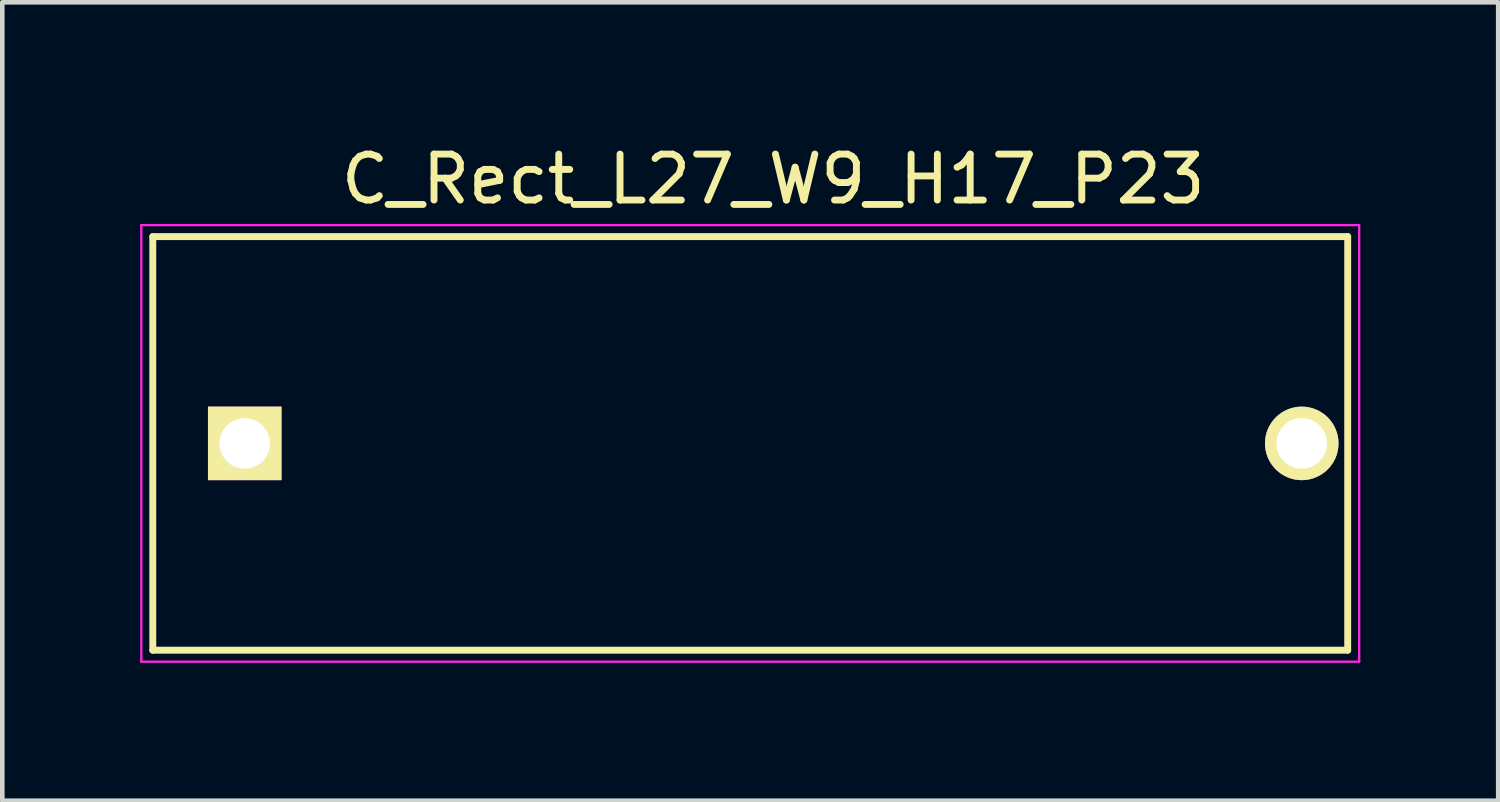
<source format=kicad_pcb>
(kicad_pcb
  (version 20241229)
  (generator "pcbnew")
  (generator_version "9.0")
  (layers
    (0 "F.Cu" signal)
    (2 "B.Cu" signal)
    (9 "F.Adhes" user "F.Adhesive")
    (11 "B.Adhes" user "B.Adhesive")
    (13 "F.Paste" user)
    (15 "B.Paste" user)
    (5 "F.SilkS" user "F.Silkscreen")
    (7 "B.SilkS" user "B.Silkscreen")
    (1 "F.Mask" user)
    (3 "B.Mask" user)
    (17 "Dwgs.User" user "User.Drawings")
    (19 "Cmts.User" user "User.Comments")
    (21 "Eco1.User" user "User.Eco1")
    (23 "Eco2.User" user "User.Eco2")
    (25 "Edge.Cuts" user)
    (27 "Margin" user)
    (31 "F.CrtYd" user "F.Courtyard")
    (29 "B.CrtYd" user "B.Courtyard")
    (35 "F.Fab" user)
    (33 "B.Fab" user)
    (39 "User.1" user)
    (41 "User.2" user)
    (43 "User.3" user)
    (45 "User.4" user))
  (footprint "C_Rect_L27_W9_H17_P23"
    (layer "F.Cu")
    (at 2.275 6.598)
    (property "Reference" "C_Rect_L27_W9_H17_P23" (at 11.5 -5.75 0) (layer "F.SilkS") (effects (font (size 1 1) (thickness 0.15))))
    (attr through_hole)
    (fp_line (start -2 -4.5) (end 24 -4.5) (stroke (width 0.15) (type solid)) (layer "F.SilkS"))
    (fp_line (start -2 4.5) (end -2 -4.5) (stroke (width 0.15) (type solid)) (layer "F.SilkS"))
    (fp_line (start 24 -4.5) (end 24 4.5) (stroke (width 0.15) (type solid)) (layer "F.SilkS"))
    (fp_line (start 24 4.5) (end -2 4.5) (stroke (width 0.15) (type solid)) (layer "F.SilkS"))
    (fp_line (start -2.25 -4.75) (end 24.25 -4.75) (stroke (width 0.05) (type solid)) (layer "F.CrtYd"))
    (fp_line (start -2.25 4.75) (end -2.25 -4.75) (stroke (width 0.05) (type solid)) (layer "F.CrtYd"))
    (fp_line (start 24.25 -4.75) (end 24.25 4.75) (stroke (width 0.05) (type solid)) (layer "F.CrtYd"))
    (fp_line (start 24.25 4.75) (end -2.25 4.75) (stroke (width 0.05) (type solid)) (layer "F.CrtYd"))
    (pad "1" thru_hole rect (at 0 0) (size 1.6 1.6) (drill 1.1) (layers "*.Cu" "*.Mask" "F.SilkS"))
    (pad "2" thru_hole circle (at 23 0) (size 1.6 1.6) (drill 1.1) (layers "*.Cu" "*.Mask" "F.SilkS")))
  (gr_rect
    (start -3 -3)
    (end 29.55 14.373)
    (stroke (width 0.1) (type default))
    (fill no)
    (layer "Edge.Cuts")))
</source>
